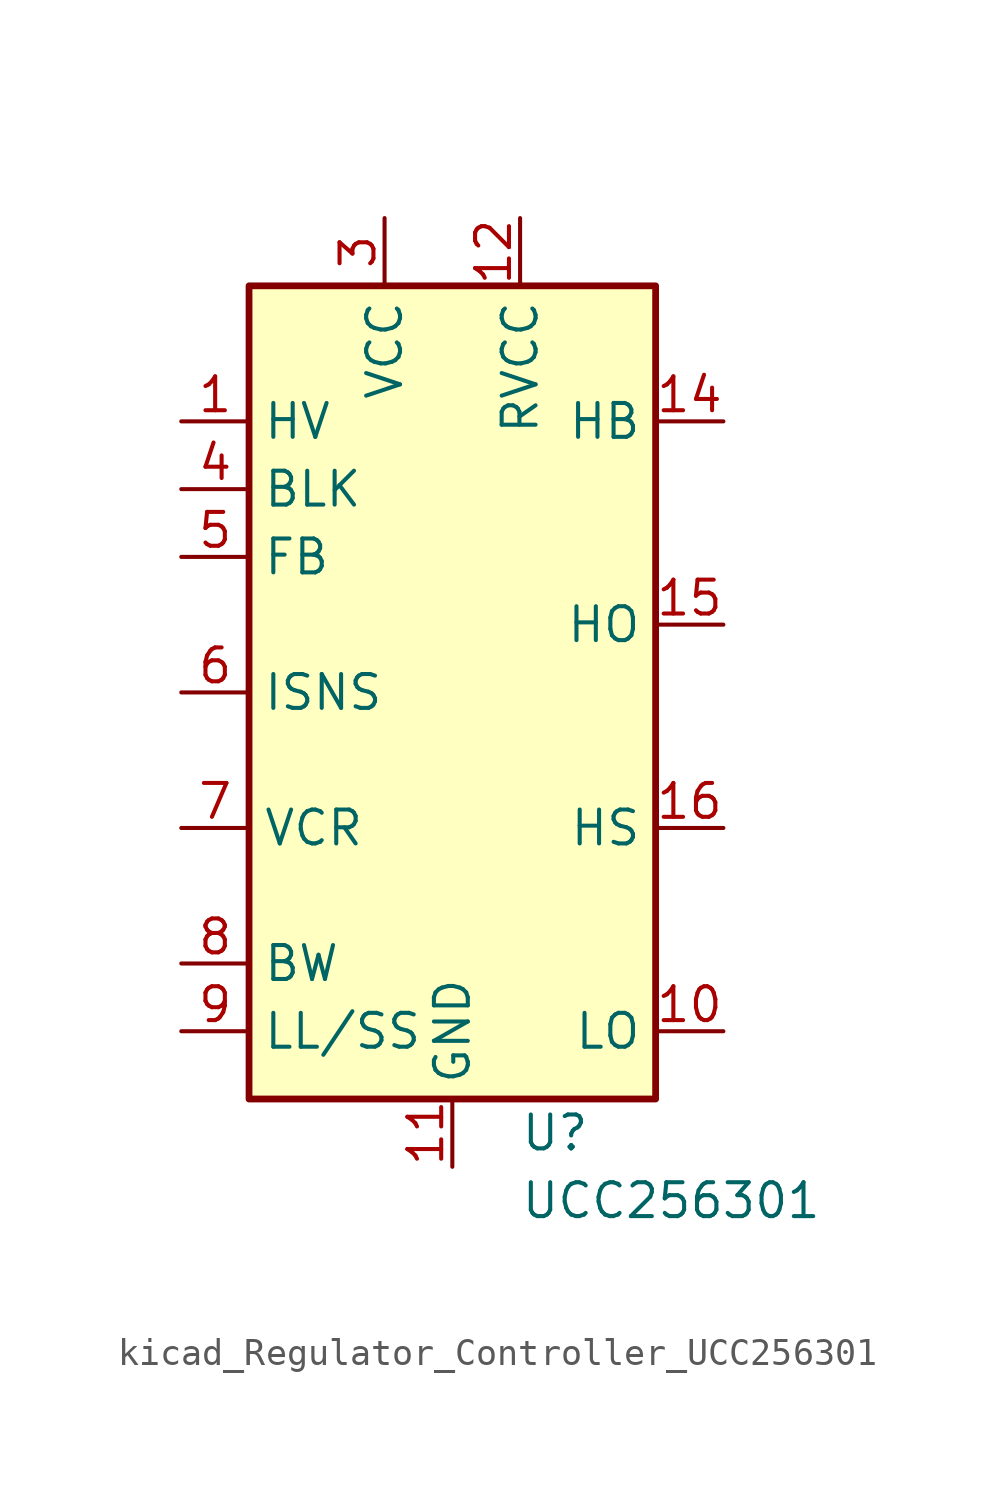
<source format=kicad_sym>
(kicad_symbol_lib
  (version 20220914)
  (generator kicad_symbol_editor)
  (symbol "kicad_Regulator_Controller_UCC256301"
    (property "Reference" "U"
      (at 2.54 -16.51 0)
      (effects (font (size 1.27 1.27)) (justify left)))
    (property "Value" "UCC256301"
      (at 2.54 -19.05 0)
      (effects (font (size 1.27 1.27)) (justify left)))
    (symbol "kicad_Regulator_Controller_UCC256301_0_1"
      (rectangle (start -7.62 15.24) (end 7.62 -15.24) (stroke (width 0.254) (type default)) (fill (type background))))
    (symbol "kicad_Regulator_Controller_UCC256301_1_1"
      (pin input line (at -10.16 10.16 0) (length 2.54) (name "HV" (effects (font (size 1.27 1.27)))) (number "1" (effects (font (size 1.27 1.27)))))
      (pin output line (at 10.16 -12.7 180) (length 2.54) (name "LO" (effects (font (size 1.27 1.27)))) (number "10" (effects (font (size 1.27 1.27)))))
      (pin power_in line (at 0 -17.78 90) (length 2.54) (name "GND" (effects (font (size 1.27 1.27)))) (number "11" (effects (font (size 1.27 1.27)))))
      (pin power_out line (at 2.54 17.78 270) (length 2.54) (name "RVCC" (effects (font (size 1.27 1.27)))) (number "12" (effects (font (size 1.27 1.27)))))
      (pin input line (at 10.16 10.16 180) (length 2.54) (name "HB" (effects (font (size 1.27 1.27)))) (number "14" (effects (font (size 1.27 1.27)))))
      (pin output line (at 10.16 2.54 180) (length 2.54) (name "HO" (effects (font (size 1.27 1.27)))) (number "15" (effects (font (size 1.27 1.27)))))
      (pin input line (at 10.16 -5.08 180) (length 2.54) (name "HS" (effects (font (size 1.27 1.27)))) (number "16" (effects (font (size 1.27 1.27)))))
      (pin power_in line (at -2.54 17.78 270) (length 2.54) (name "VCC" (effects (font (size 1.27 1.27)))) (number "3" (effects (font (size 1.27 1.27)))))
      (pin input line (at -10.16 7.62 0) (length 2.54) (name "BLK" (effects (font (size 1.27 1.27)))) (number "4" (effects (font (size 1.27 1.27)))))
      (pin input line (at -10.16 5.08 0) (length 2.54) (name "FB" (effects (font (size 1.27 1.27)))) (number "5" (effects (font (size 1.27 1.27)))))
      (pin input line (at -10.16 0 0) (length 2.54) (name "ISNS" (effects (font (size 1.27 1.27)))) (number "6" (effects (font (size 1.27 1.27)))))
      (pin input line (at -10.16 -5.08 0) (length 2.54) (name "VCR" (effects (font (size 1.27 1.27)))) (number "7" (effects (font (size 1.27 1.27)))))
      (pin input line (at -10.16 -10.16 0) (length 2.54) (name "BW" (effects (font (size 1.27 1.27)))) (number "8" (effects (font (size 1.27 1.27)))))
      (pin input line (at -10.16 -12.7 0) (length 2.54) (name "LL/SS" (effects (font (size 1.27 1.27)))) (number "9" (effects (font (size 1.27 1.27))))))))
</source>
